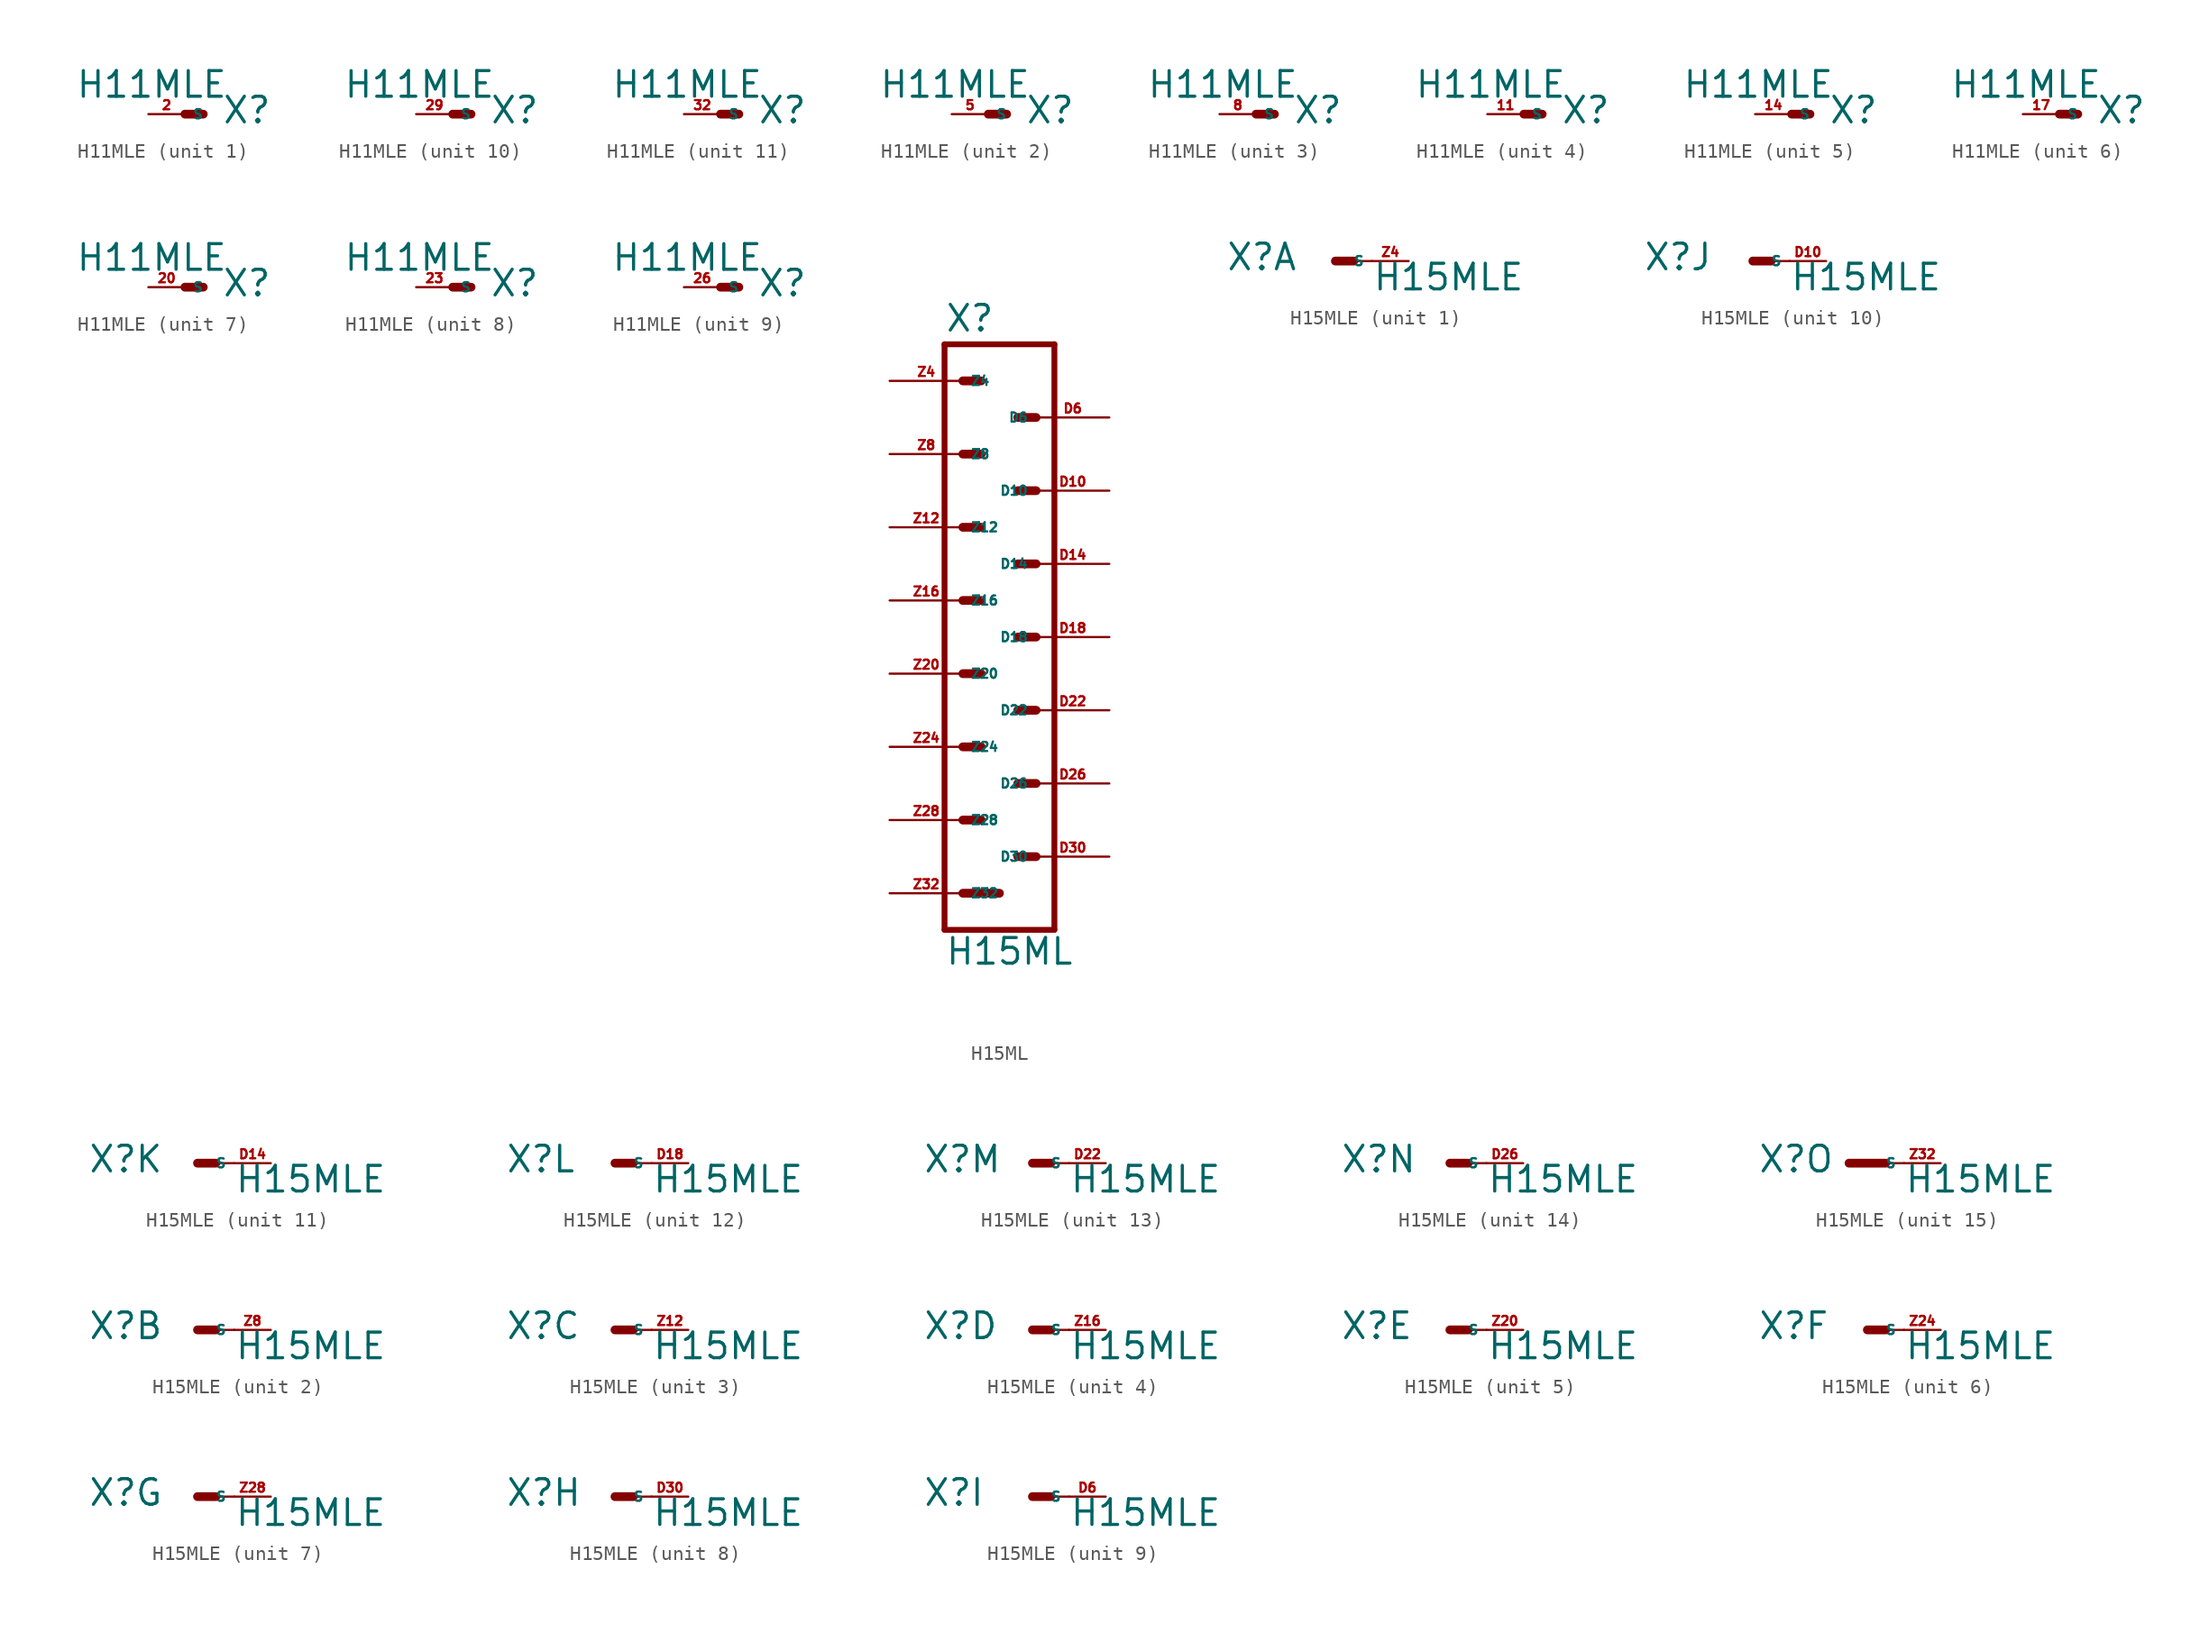
<source format=kicad_sym>
(kicad_symbol_lib
  (version 20220914)
  (generator Eagle2Kicad)
  (symbol "H11MLE"
    (property "Reference" "X"
      (at 2.54 -0.762 0)
      (effects (font (size 1.778 1.778) (thickness 0.22)) (justify left bottom)))
    (property "Value" "H11MLE"
      (at -7.62 1.016 0)
      (effects (font (size 1.778 1.778) (thickness 0.22)) (justify left bottom)))
    (symbol "H11MLE_1_0"
      (polyline (pts (xy 0 0) (xy 1.27 0)) (stroke (width 0.61) (type default)) (fill (type none)))
      (pin passive line (at -2.54 0 0) (length 2.54) (name "S" (effects (font (size 0.635 0.635) (thickness 0.08)) (justify left bottom))) (number "2" (effects (font (size 0.635 0.635) (thickness 0.08)) (justify left bottom)))))
    (symbol "H11MLE_2_0"
      (polyline (pts (xy 0 0) (xy 1.27 0)) (stroke (width 0.61) (type default)) (fill (type none)))
      (pin passive line (at -2.54 0 0) (length 2.54) (name "S" (effects (font (size 0.635 0.635) (thickness 0.08)) (justify left bottom))) (number "5" (effects (font (size 0.635 0.635) (thickness 0.08)) (justify left bottom)))))
    (symbol "H11MLE_3_0"
      (polyline (pts (xy 0 0) (xy 1.27 0)) (stroke (width 0.61) (type default)) (fill (type none)))
      (pin passive line (at -2.54 0 0) (length 2.54) (name "S" (effects (font (size 0.635 0.635) (thickness 0.08)) (justify left bottom))) (number "8" (effects (font (size 0.635 0.635) (thickness 0.08)) (justify left bottom)))))
    (symbol "H11MLE_4_0"
      (polyline (pts (xy 0 0) (xy 1.27 0)) (stroke (width 0.61) (type default)) (fill (type none)))
      (pin passive line (at -2.54 0 0) (length 2.54) (name "S" (effects (font (size 0.635 0.635) (thickness 0.08)) (justify left bottom))) (number "11" (effects (font (size 0.635 0.635) (thickness 0.08)) (justify left bottom)))))
    (symbol "H11MLE_5_0"
      (polyline (pts (xy 0 0) (xy 1.27 0)) (stroke (width 0.61) (type default)) (fill (type none)))
      (pin passive line (at -2.54 0 0) (length 2.54) (name "S" (effects (font (size 0.635 0.635) (thickness 0.08)) (justify left bottom))) (number "14" (effects (font (size 0.635 0.635) (thickness 0.08)) (justify left bottom)))))
    (symbol "H11MLE_6_0"
      (polyline (pts (xy 0 0) (xy 1.27 0)) (stroke (width 0.61) (type default)) (fill (type none)))
      (pin passive line (at -2.54 0 0) (length 2.54) (name "S" (effects (font (size 0.635 0.635) (thickness 0.08)) (justify left bottom))) (number "17" (effects (font (size 0.635 0.635) (thickness 0.08)) (justify left bottom)))))
    (symbol "H11MLE_7_0"
      (polyline (pts (xy 0 0) (xy 1.27 0)) (stroke (width 0.61) (type default)) (fill (type none)))
      (pin passive line (at -2.54 0 0) (length 2.54) (name "S" (effects (font (size 0.635 0.635) (thickness 0.08)) (justify left bottom))) (number "20" (effects (font (size 0.635 0.635) (thickness 0.08)) (justify left bottom)))))
    (symbol "H11MLE_8_0"
      (polyline (pts (xy 0 0) (xy 1.27 0)) (stroke (width 0.61) (type default)) (fill (type none)))
      (pin passive line (at -2.54 0 0) (length 2.54) (name "S" (effects (font (size 0.635 0.635) (thickness 0.08)) (justify left bottom))) (number "23" (effects (font (size 0.635 0.635) (thickness 0.08)) (justify left bottom)))))
    (symbol "H11MLE_9_0"
      (polyline (pts (xy 0 0) (xy 1.27 0)) (stroke (width 0.61) (type default)) (fill (type none)))
      (pin passive line (at -2.54 0 0) (length 2.54) (name "S" (effects (font (size 0.635 0.635) (thickness 0.08)) (justify left bottom))) (number "26" (effects (font (size 0.635 0.635) (thickness 0.08)) (justify left bottom)))))
    (symbol "H11MLE_10_0"
      (polyline (pts (xy 0 0) (xy 1.27 0)) (stroke (width 0.61) (type default)) (fill (type none)))
      (pin passive line (at -2.54 0 0) (length 2.54) (name "S" (effects (font (size 0.635 0.635) (thickness 0.08)) (justify left bottom))) (number "29" (effects (font (size 0.635 0.635) (thickness 0.08)) (justify left bottom)))))
    (symbol "H11MLE_11_0"
      (polyline (pts (xy 0 0) (xy 1.27 0)) (stroke (width 0.61) (type default)) (fill (type none)))
      (pin passive line (at -2.54 0 0) (length 2.54) (name "S" (effects (font (size 0.635 0.635) (thickness 0.08)) (justify left bottom))) (number "32" (effects (font (size 0.635 0.635) (thickness 0.08)) (justify left bottom))))))
  (symbol "H15ML"
    (property "Reference" "X"
      (at -3.81 23.622 0)
      (effects (font (size 1.778 1.778) (thickness 0.22)) (justify left bottom)))
    (property "Value" "H15ML"
      (at -3.81 -20.32 0)
      (effects (font (size 1.778 1.778) (thickness 0.22)) (justify left bottom)))
    (polyline
      (pts (xy 3.81 -17.78) (xy -3.81 -17.78))
      (stroke (width 0.406) (type default))
      (fill (type none)))
    (polyline
      (pts (xy -3.81 22.86) (xy -3.81 -17.78))
      (stroke (width 0.406) (type default))
      (fill (type none)))
    (polyline
      (pts (xy -3.81 22.86) (xy 3.81 22.86))
      (stroke (width 0.406) (type default))
      (fill (type none)))
    (polyline
      (pts (xy 3.81 -17.78) (xy 3.81 22.86))
      (stroke (width 0.406) (type default))
      (fill (type none)))
    (polyline
      (pts (xy -2.54 -15.24) (xy 0 -15.24))
      (stroke (width 0.61) (type default))
      (fill (type none)))
    (polyline
      (pts (xy -2.54 -10.16) (xy -1.27 -10.16))
      (stroke (width 0.61) (type default))
      (fill (type none)))
    (polyline
      (pts (xy -2.54 -5.08) (xy -1.27 -5.08))
      (stroke (width 0.61) (type default))
      (fill (type none)))
    (polyline
      (pts (xy -2.54 0) (xy -1.27 0))
      (stroke (width 0.61) (type default))
      (fill (type none)))
    (polyline
      (pts (xy -2.54 5.08) (xy -1.27 5.08))
      (stroke (width 0.61) (type default))
      (fill (type none)))
    (polyline
      (pts (xy -2.54 10.16) (xy -1.27 10.16))
      (stroke (width 0.61) (type default))
      (fill (type none)))
    (polyline
      (pts (xy -2.54 15.24) (xy -1.27 15.24))
      (stroke (width 0.61) (type default))
      (fill (type none)))
    (polyline
      (pts (xy -2.54 20.32) (xy -1.27 20.32))
      (stroke (width 0.61) (type default))
      (fill (type none)))
    (polyline
      (pts (xy 2.54 -12.7) (xy 1.27 -12.7))
      (stroke (width 0.61) (type default))
      (fill (type none)))
    (polyline
      (pts (xy 2.54 -7.62) (xy 1.27 -7.62))
      (stroke (width 0.61) (type default))
      (fill (type none)))
    (polyline
      (pts (xy 2.54 -2.54) (xy 1.27 -2.54))
      (stroke (width 0.61) (type default))
      (fill (type none)))
    (polyline
      (pts (xy 2.54 2.54) (xy 1.27 2.54))
      (stroke (width 0.61) (type default))
      (fill (type none)))
    (polyline
      (pts (xy 2.54 7.62) (xy 1.27 7.62))
      (stroke (width 0.61) (type default))
      (fill (type none)))
    (polyline
      (pts (xy 2.54 12.7) (xy 1.27 12.7))
      (stroke (width 0.61) (type default))
      (fill (type none)))
    (polyline
      (pts (xy 2.54 17.78) (xy 1.27 17.78))
      (stroke (width 0.61) (type default))
      (fill (type none)))
    (pin passive line
      (at 7.62 17.78 180)
      (length 5.08)
      (name "D6" (effects (font (size 0.635 0.635) (thickness 0.08)) (justify left bottom)))
      (number "D6" (effects (font (size 0.635 0.635) (thickness 0.08)) (justify left bottom))))
    (pin passive line
      (at 7.62 12.7 180)
      (length 5.08)
      (name "D10" (effects (font (size 0.635 0.635) (thickness 0.08)) (justify left bottom)))
      (number "D10" (effects (font (size 0.635 0.635) (thickness 0.08)) (justify left bottom))))
    (pin passive line
      (at 7.62 7.62 180)
      (length 5.08)
      (name "D14" (effects (font (size 0.635 0.635) (thickness 0.08)) (justify left bottom)))
      (number "D14" (effects (font (size 0.635 0.635) (thickness 0.08)) (justify left bottom))))
    (pin passive line
      (at 7.62 2.54 180)
      (length 5.08)
      (name "D18" (effects (font (size 0.635 0.635) (thickness 0.08)) (justify left bottom)))
      (number "D18" (effects (font (size 0.635 0.635) (thickness 0.08)) (justify left bottom))))
    (pin passive line
      (at 7.62 -2.54 180)
      (length 5.08)
      (name "D22" (effects (font (size 0.635 0.635) (thickness 0.08)) (justify left bottom)))
      (number "D22" (effects (font (size 0.635 0.635) (thickness 0.08)) (justify left bottom))))
    (pin passive line
      (at 7.62 -7.62 180)
      (length 5.08)
      (name "D26" (effects (font (size 0.635 0.635) (thickness 0.08)) (justify left bottom)))
      (number "D26" (effects (font (size 0.635 0.635) (thickness 0.08)) (justify left bottom))))
    (pin passive line
      (at 7.62 -12.7 180)
      (length 5.08)
      (name "D30" (effects (font (size 0.635 0.635) (thickness 0.08)) (justify left bottom)))
      (number "D30" (effects (font (size 0.635 0.635) (thickness 0.08)) (justify left bottom))))
    (pin passive line
      (at -7.62 20.32 0)
      (length 5.08)
      (name "Z4" (effects (font (size 0.635 0.635) (thickness 0.08)) (justify left bottom)))
      (number "Z4" (effects (font (size 0.635 0.635) (thickness 0.08)) (justify left bottom))))
    (pin passive line
      (at -7.62 15.24 0)
      (length 5.08)
      (name "Z8" (effects (font (size 0.635 0.635) (thickness 0.08)) (justify left bottom)))
      (number "Z8" (effects (font (size 0.635 0.635) (thickness 0.08)) (justify left bottom))))
    (pin passive line
      (at -7.62 10.16 0)
      (length 5.08)
      (name "Z12" (effects (font (size 0.635 0.635) (thickness 0.08)) (justify left bottom)))
      (number "Z12" (effects (font (size 0.635 0.635) (thickness 0.08)) (justify left bottom))))
    (pin passive line
      (at -7.62 5.08 0)
      (length 5.08)
      (name "Z16" (effects (font (size 0.635 0.635) (thickness 0.08)) (justify left bottom)))
      (number "Z16" (effects (font (size 0.635 0.635) (thickness 0.08)) (justify left bottom))))
    (pin passive line
      (at -7.62 0 0)
      (length 5.08)
      (name "Z20" (effects (font (size 0.635 0.635) (thickness 0.08)) (justify left bottom)))
      (number "Z20" (effects (font (size 0.635 0.635) (thickness 0.08)) (justify left bottom))))
    (pin passive line
      (at -7.62 -5.08 0)
      (length 5.08)
      (name "Z24" (effects (font (size 0.635 0.635) (thickness 0.08)) (justify left bottom)))
      (number "Z24" (effects (font (size 0.635 0.635) (thickness 0.08)) (justify left bottom))))
    (pin passive line
      (at -7.62 -10.16 0)
      (length 5.08)
      (name "Z28" (effects (font (size 0.635 0.635) (thickness 0.08)) (justify left bottom)))
      (number "Z28" (effects (font (size 0.635 0.635) (thickness 0.08)) (justify left bottom))))
    (pin passive line
      (at -7.62 -15.24 0)
      (length 5.08)
      (name "Z32" (effects (font (size 0.635 0.635) (thickness 0.08)) (justify left bottom)))
      (number "Z32" (effects (font (size 0.635 0.635) (thickness 0.08)) (justify left bottom)))))
  (symbol "H15MLE"
    (property "Reference" "X"
      (at -7.62 -0.762 0)
      (effects (font (size 1.778 1.778) (thickness 0.22)) (justify left bottom)))
    (property "Value" "H15MLE"
      (at 2.54 -2.159 0)
      (effects (font (size 1.778 1.778) (thickness 0.22)) (justify left bottom)))
    (symbol "H15MLE_1_0"
      (polyline (pts (xy 0 0) (xy 1.27 0)) (stroke (width 0.61) (type default)) (fill (type none)))
      (polyline (pts (xy 2.54 0) (xy 1.27 0)) (stroke (width 0.152) (type default)) (fill (type none)))
      (pin passive line (at 5.08 0 180) (length 2.54) (name "S" (effects (font (size 0.635 0.635) (thickness 0.08)) (justify left bottom))) (number "Z4" (effects (font (size 0.635 0.635) (thickness 0.08)) (justify left bottom)))))
    (symbol "H15MLE_2_0"
      (polyline (pts (xy 0 0) (xy 1.27 0)) (stroke (width 0.61) (type default)) (fill (type none)))
      (polyline (pts (xy 2.54 0) (xy 1.27 0)) (stroke (width 0.152) (type default)) (fill (type none)))
      (pin passive line (at 5.08 0 180) (length 2.54) (name "S" (effects (font (size 0.635 0.635) (thickness 0.08)) (justify left bottom))) (number "Z8" (effects (font (size 0.635 0.635) (thickness 0.08)) (justify left bottom)))))
    (symbol "H15MLE_3_0"
      (polyline (pts (xy 0 0) (xy 1.27 0)) (stroke (width 0.61) (type default)) (fill (type none)))
      (polyline (pts (xy 2.54 0) (xy 1.27 0)) (stroke (width 0.152) (type default)) (fill (type none)))
      (pin passive line (at 5.08 0 180) (length 2.54) (name "S" (effects (font (size 0.635 0.635) (thickness 0.08)) (justify left bottom))) (number "Z12" (effects (font (size 0.635 0.635) (thickness 0.08)) (justify left bottom)))))
    (symbol "H15MLE_4_0"
      (polyline (pts (xy 0 0) (xy 1.27 0)) (stroke (width 0.61) (type default)) (fill (type none)))
      (polyline (pts (xy 2.54 0) (xy 1.27 0)) (stroke (width 0.152) (type default)) (fill (type none)))
      (pin passive line (at 5.08 0 180) (length 2.54) (name "S" (effects (font (size 0.635 0.635) (thickness 0.08)) (justify left bottom))) (number "Z16" (effects (font (size 0.635 0.635) (thickness 0.08)) (justify left bottom)))))
    (symbol "H15MLE_5_0"
      (polyline (pts (xy 0 0) (xy 1.27 0)) (stroke (width 0.61) (type default)) (fill (type none)))
      (polyline (pts (xy 2.54 0) (xy 1.27 0)) (stroke (width 0.152) (type default)) (fill (type none)))
      (pin passive line (at 5.08 0 180) (length 2.54) (name "S" (effects (font (size 0.635 0.635) (thickness 0.08)) (justify left bottom))) (number "Z20" (effects (font (size 0.635 0.635) (thickness 0.08)) (justify left bottom)))))
    (symbol "H15MLE_6_0"
      (polyline (pts (xy 0 0) (xy 1.27 0)) (stroke (width 0.61) (type default)) (fill (type none)))
      (polyline (pts (xy 2.54 0) (xy 1.27 0)) (stroke (width 0.152) (type default)) (fill (type none)))
      (pin passive line (at 5.08 0 180) (length 2.54) (name "S" (effects (font (size 0.635 0.635) (thickness 0.08)) (justify left bottom))) (number "Z24" (effects (font (size 0.635 0.635) (thickness 0.08)) (justify left bottom)))))
    (symbol "H15MLE_7_0"
      (polyline (pts (xy 0 0) (xy 1.27 0)) (stroke (width 0.61) (type default)) (fill (type none)))
      (polyline (pts (xy 2.54 0) (xy 1.27 0)) (stroke (width 0.152) (type default)) (fill (type none)))
      (pin passive line (at 5.08 0 180) (length 2.54) (name "S" (effects (font (size 0.635 0.635) (thickness 0.08)) (justify left bottom))) (number "Z28" (effects (font (size 0.635 0.635) (thickness 0.08)) (justify left bottom)))))
    (symbol "H15MLE_8_0"
      (polyline (pts (xy 0 0) (xy 1.27 0)) (stroke (width 0.61) (type default)) (fill (type none)))
      (polyline (pts (xy 2.54 0) (xy 1.27 0)) (stroke (width 0.152) (type default)) (fill (type none)))
      (pin passive line (at 5.08 0 180) (length 2.54) (name "S" (effects (font (size 0.635 0.635) (thickness 0.08)) (justify left bottom))) (number "D30" (effects (font (size 0.635 0.635) (thickness 0.08)) (justify left bottom)))))
    (symbol "H15MLE_9_0"
      (polyline (pts (xy 0 0) (xy 1.27 0)) (stroke (width 0.61) (type default)) (fill (type none)))
      (polyline (pts (xy 2.54 0) (xy 1.27 0)) (stroke (width 0.152) (type default)) (fill (type none)))
      (pin passive line (at 5.08 0 180) (length 2.54) (name "S" (effects (font (size 0.635 0.635) (thickness 0.08)) (justify left bottom))) (number "D6" (effects (font (size 0.635 0.635) (thickness 0.08)) (justify left bottom)))))
    (symbol "H15MLE_10_0"
      (polyline (pts (xy 0 0) (xy 1.27 0)) (stroke (width 0.61) (type default)) (fill (type none)))
      (polyline (pts (xy 2.54 0) (xy 1.27 0)) (stroke (width 0.152) (type default)) (fill (type none)))
      (pin passive line (at 5.08 0 180) (length 2.54) (name "S" (effects (font (size 0.635 0.635) (thickness 0.08)) (justify left bottom))) (number "D10" (effects (font (size 0.635 0.635) (thickness 0.08)) (justify left bottom)))))
    (symbol "H15MLE_11_0"
      (polyline (pts (xy 0 0) (xy 1.27 0)) (stroke (width 0.61) (type default)) (fill (type none)))
      (polyline (pts (xy 2.54 0) (xy 1.27 0)) (stroke (width 0.152) (type default)) (fill (type none)))
      (pin passive line (at 5.08 0 180) (length 2.54) (name "S" (effects (font (size 0.635 0.635) (thickness 0.08)) (justify left bottom))) (number "D14" (effects (font (size 0.635 0.635) (thickness 0.08)) (justify left bottom)))))
    (symbol "H15MLE_12_0"
      (polyline (pts (xy 0 0) (xy 1.27 0)) (stroke (width 0.61) (type default)) (fill (type none)))
      (polyline (pts (xy 2.54 0) (xy 1.27 0)) (stroke (width 0.152) (type default)) (fill (type none)))
      (pin passive line (at 5.08 0 180) (length 2.54) (name "S" (effects (font (size 0.635 0.635) (thickness 0.08)) (justify left bottom))) (number "D18" (effects (font (size 0.635 0.635) (thickness 0.08)) (justify left bottom)))))
    (symbol "H15MLE_13_0"
      (polyline (pts (xy 0 0) (xy 1.27 0)) (stroke (width 0.61) (type default)) (fill (type none)))
      (polyline (pts (xy 2.54 0) (xy 1.27 0)) (stroke (width 0.152) (type default)) (fill (type none)))
      (pin passive line (at 5.08 0 180) (length 2.54) (name "S" (effects (font (size 0.635 0.635) (thickness 0.08)) (justify left bottom))) (number "D22" (effects (font (size 0.635 0.635) (thickness 0.08)) (justify left bottom)))))
    (symbol "H15MLE_14_0"
      (polyline (pts (xy 0 0) (xy 1.27 0)) (stroke (width 0.61) (type default)) (fill (type none)))
      (polyline (pts (xy 2.54 0) (xy 1.27 0)) (stroke (width 0.152) (type default)) (fill (type none)))
      (pin passive line (at 5.08 0 180) (length 2.54) (name "S" (effects (font (size 0.635 0.635) (thickness 0.08)) (justify left bottom))) (number "D26" (effects (font (size 0.635 0.635) (thickness 0.08)) (justify left bottom)))))
    (symbol "H15MLE_15_0"
      (polyline (pts (xy -1.27 0) (xy 1.27 0)) (stroke (width 0.61) (type default)) (fill (type none)))
      (polyline (pts (xy 2.54 0) (xy 1.27 0)) (stroke (width 0.152) (type default)) (fill (type none)))
      (pin passive line (at 5.08 0 180) (length 2.54) (name "S" (effects (font (size 0.635 0.635) (thickness 0.08)) (justify left bottom))) (number "Z32" (effects (font (size 0.635 0.635) (thickness 0.08)) (justify left bottom)))))))
</source>
